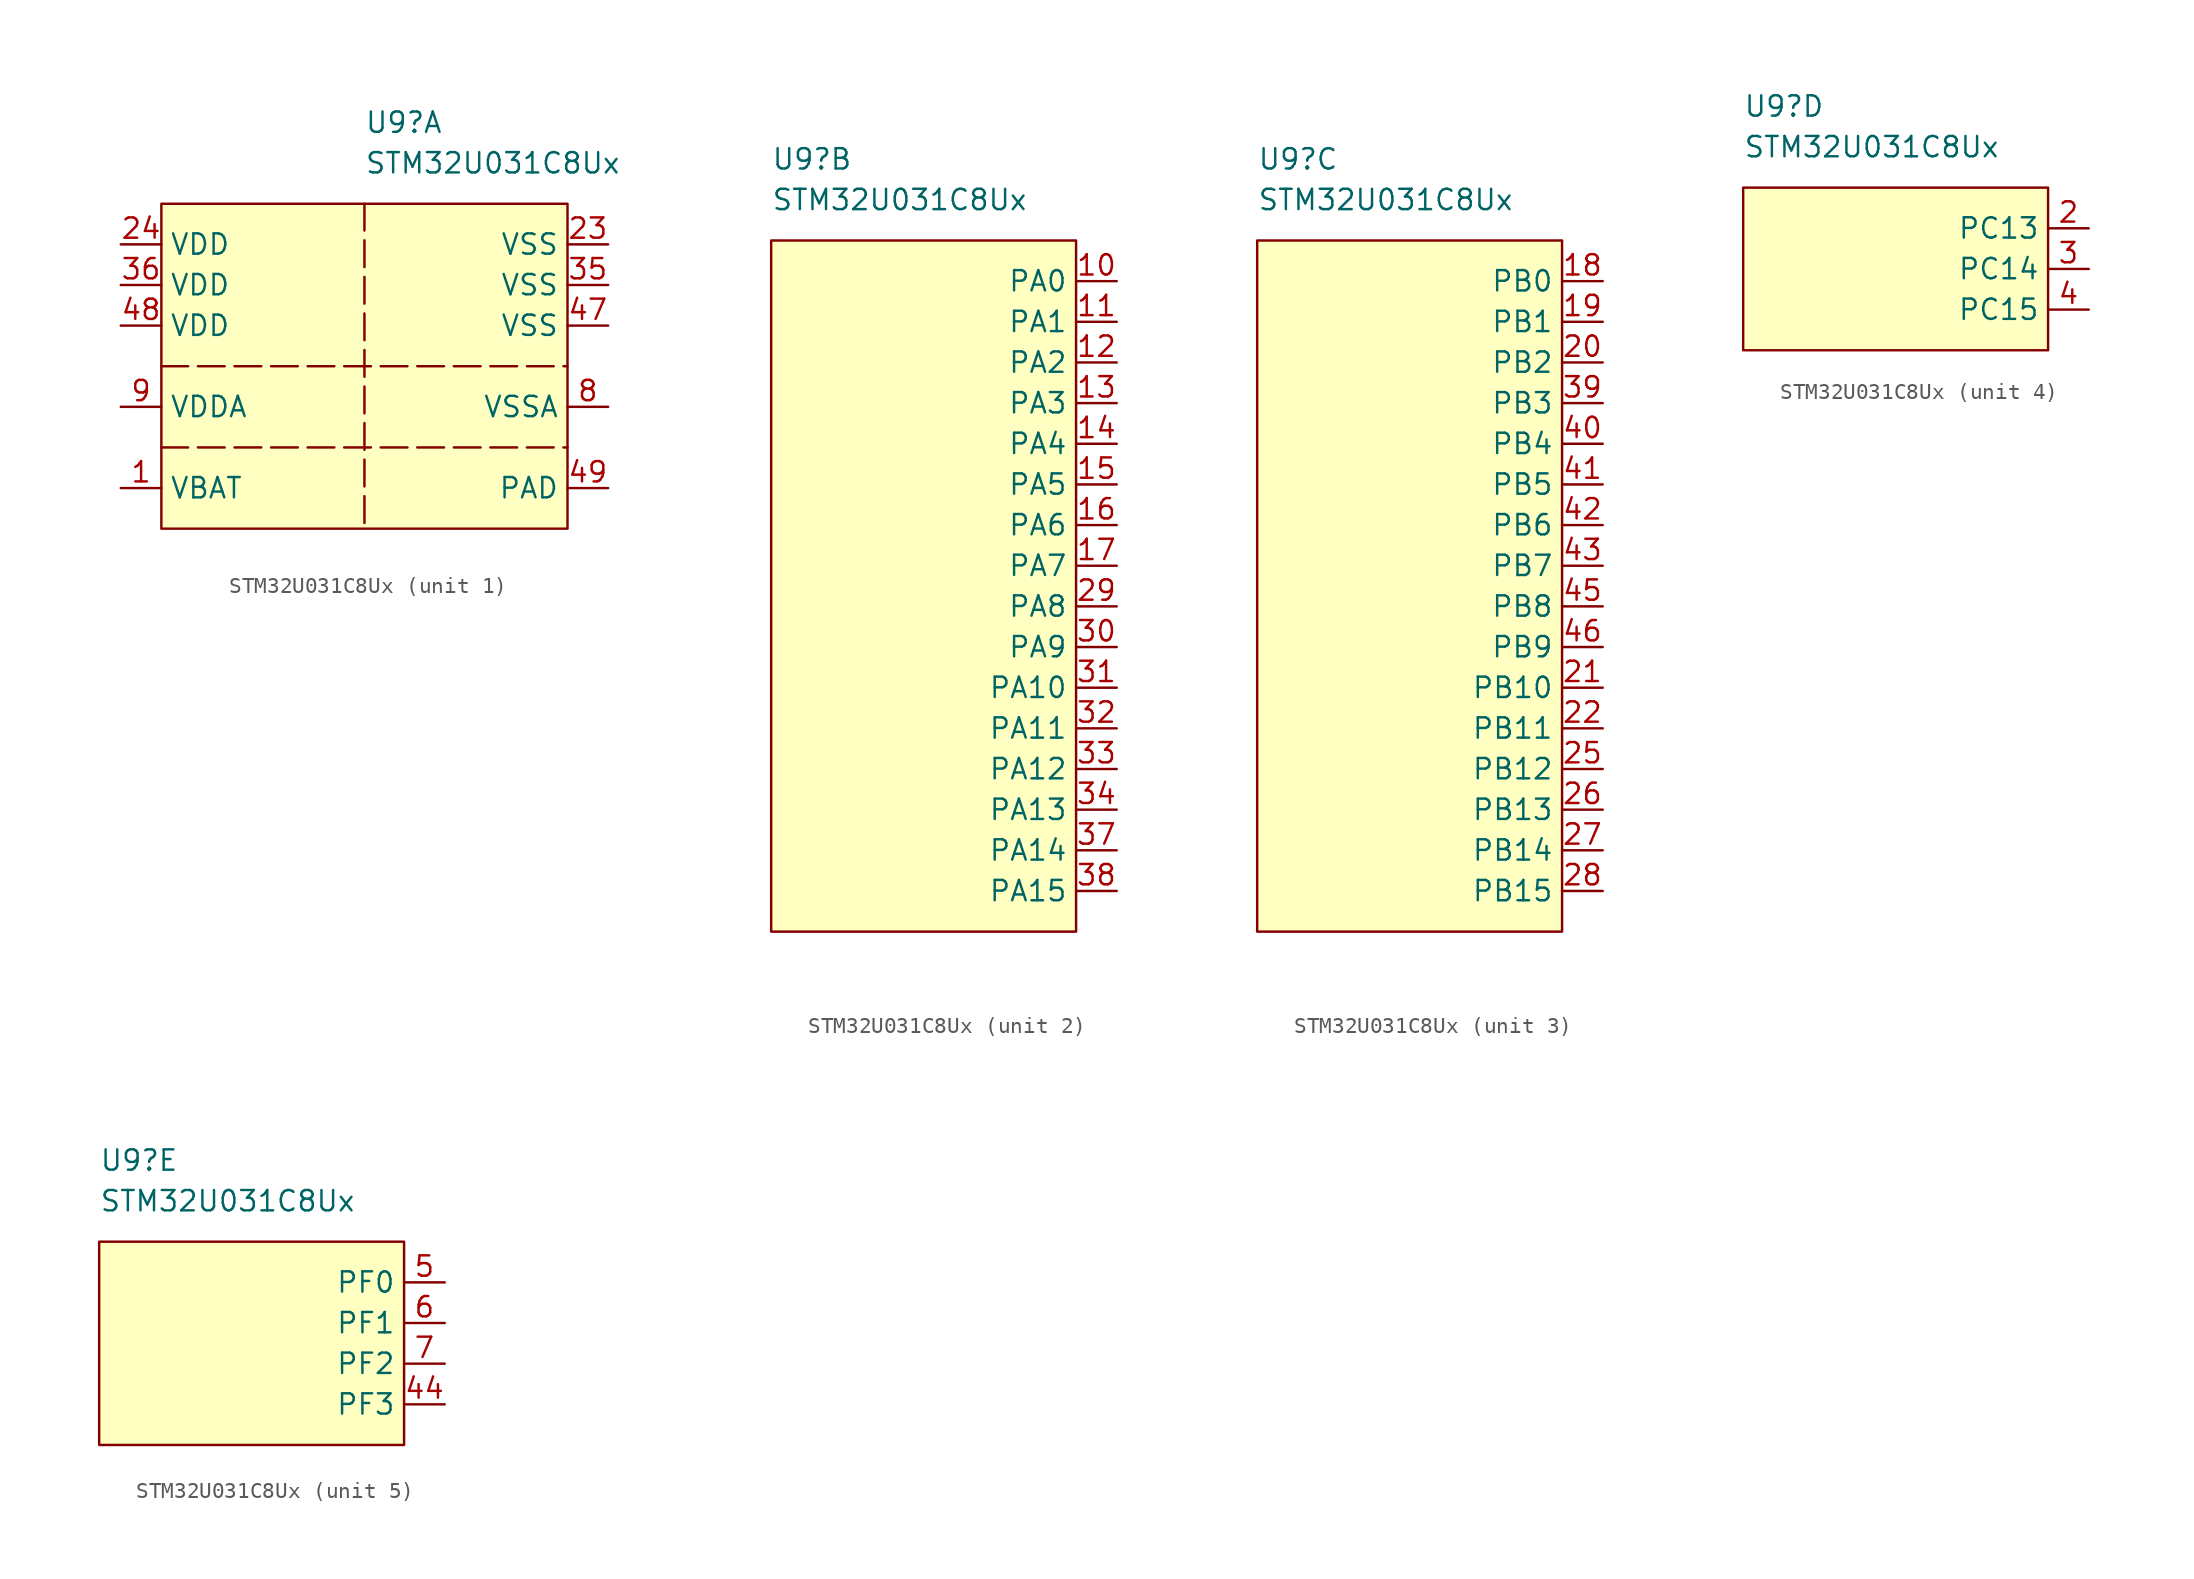
<source format=kicad_sym>
(kicad_symbol_lib
  (version 20241209)
  (generator "kicad_symbol_editor")
  (generator_version "9.0")
  (symbol "STM32U031C8Ux"
    (property "Reference" "U9"
      (at 0 5.08 0)
      (effects (font (size 1.27 1.27)) (justify left)))
    (property "Value" "STM32U031C8Ux"
      (at 0 2.54 0)
      (effects (font (size 1.27 1.27)) (justify left)))
    (property "ki_locked" ""
      (at 0 0 0)
      (effects (font (size 1.27 1.27))))
    (symbol "STM32U031C8Ux_1_1"
      (rectangle (start -12.7 0) (end 12.7 -20.32) (stroke (width 0) (type solid)) (fill (type background)))
      (polyline (pts (xy -12.7 -10.16) (xy 12.7 -10.16)) (stroke (width 0) (type dash)) (fill (type none)))
      (polyline (pts (xy -12.7 -15.24) (xy 12.7 -15.24)) (stroke (width 0) (type dash)) (fill (type none)))
      (polyline (pts (xy 0 0) (xy 0 -20.32)) (stroke (width 0) (type dash)) (fill (type none)))
      (pin power_in line (at -15.24 -2.54 0) (length 2.54) (name "VDD" (effects (font (size 1.27 1.27)))) (number "24" (effects (font (size 1.27 1.27)))))
      (pin power_in line (at -15.24 -5.08 0) (length 2.54) (name "VDD" (effects (font (size 1.27 1.27)))) (number "36" (effects (font (size 1.27 1.27)))))
      (pin power_in line (at -15.24 -7.62 0) (length 2.54) (name "VDD" (effects (font (size 1.27 1.27)))) (number "48" (effects (font (size 1.27 1.27)))))
      (pin power_in line (at -15.24 -12.7 0) (length 2.54) (name "VDDA" (effects (font (size 1.27 1.27)))) (number "9" (effects (font (size 1.27 1.27)))))
      (pin power_in line (at -15.24 -17.78 0) (length 2.54) (name "VBAT" (effects (font (size 1.27 1.27)))) (number "1" (effects (font (size 1.27 1.27)))))
      (pin power_in line (at 15.24 -2.54 180) (length 2.54) (name "VSS" (effects (font (size 1.27 1.27)))) (number "23" (effects (font (size 1.27 1.27)))))
      (pin power_in line (at 15.24 -5.08 180) (length 2.54) (name "VSS" (effects (font (size 1.27 1.27)))) (number "35" (effects (font (size 1.27 1.27)))))
      (pin power_in line (at 15.24 -7.62 180) (length 2.54) (name "VSS" (effects (font (size 1.27 1.27)))) (number "47" (effects (font (size 1.27 1.27)))))
      (pin power_in line (at 15.24 -12.7 180) (length 2.54) (name "VSSA" (effects (font (size 1.27 1.27)))) (number "8" (effects (font (size 1.27 1.27)))))
      (pin power_in line (at 15.24 -17.78 180) (length 2.54) (name "PAD" (effects (font (size 1.27 1.27)))) (number "49" (effects (font (size 1.27 1.27))))))
    (symbol "STM32U031C8Ux_2_1"
      (rectangle (start 0 0) (end 19.05 -43.18) (stroke (width 0) (type solid)) (fill (type background)))
      (pin bidirectional line (at 21.59 -2.54 180) (length 2.54) (name "PA0" (effects (font (size 1.27 1.27)))) (number "10" (effects (font (size 1.27 1.27)))) (alternate "ADC1_IN4" bidirectional line) (alternate "COMP1_INM" bidirectional line) (alternate "COMP1_OUT" bidirectional line) (alternate "OPAMP1_VINP" bidirectional line) (alternate "PWR_WKUP1" bidirectional line) (alternate "TAMP_IN2" bidirectional line) (alternate "TIM2_CH1" bidirectional line) (alternate "TIM2_ETR" bidirectional line) (alternate "USART2_CTS" bidirectional line) (alternate "USART4_TX" bidirectional line))
      (pin bidirectional line (at 21.59 -5.08 180) (length 2.54) (name "PA1" (effects (font (size 1.27 1.27)))) (number "11" (effects (font (size 1.27 1.27)))) (alternate "ADC1_IN5" bidirectional line) (alternate "COMP1_INP" bidirectional line) (alternate "LPTIM1_CH2" bidirectional line) (alternate "OPAMP1_VINM" bidirectional line) (alternate "PWR_WKUP3" bidirectional line) (alternate "SPI1_SCK" bidirectional line) (alternate "SPI2_SCK" bidirectional line) (alternate "TAMP_IN5" bidirectional line) (alternate "TIM15_CH1N" bidirectional line) (alternate "TIM2_CH2" bidirectional line) (alternate "USART2_DE" bidirectional line) (alternate "USART2_RTS" bidirectional line) (alternate "USART4_RX" bidirectional line))
      (pin bidirectional line (at 21.59 -7.62 180) (length 2.54) (name "PA2" (effects (font (size 1.27 1.27)))) (number "12" (effects (font (size 1.27 1.27)))) (alternate "ADC1_IN6" bidirectional line) (alternate "LPUART1_TX" bidirectional line) (alternate "PWR_WKUP4" bidirectional line) (alternate "RCC_LSCO" bidirectional line) (alternate "TIM15_CH1" bidirectional line) (alternate "TIM2_CH3" bidirectional line) (alternate "USART2_TX" bidirectional line))
      (pin bidirectional line (at 21.59 -10.16 180) (length 2.54) (name "PA3" (effects (font (size 1.27 1.27)))) (number "13" (effects (font (size 1.27 1.27)))) (alternate "ADC1_IN7" bidirectional line) (alternate "LPUART1_RX" bidirectional line) (alternate "OPAMP1_VOUT" bidirectional line) (alternate "TIM15_CH2" bidirectional line) (alternate "TIM2_CH4" bidirectional line) (alternate "USART2_RX" bidirectional line))
      (pin bidirectional line (at 21.59 -12.7 180) (length 2.54) (name "PA4" (effects (font (size 1.27 1.27)))) (number "14" (effects (font (size 1.27 1.27)))) (alternate "ADC1_IN8" bidirectional line) (alternate "COMP1_INM" bidirectional line) (alternate "DAC1_OUT1" bidirectional line) (alternate "LPTIM2_CH1" bidirectional line) (alternate "SPI1_NSS" bidirectional line) (alternate "USART2_CK" bidirectional line))
      (pin bidirectional line (at 21.59 -15.24 180) (length 2.54) (name "PA5" (effects (font (size 1.27 1.27)))) (number "15" (effects (font (size 1.27 1.27)))) (alternate "ADC1_IN9" bidirectional line) (alternate "COMP1_INM" bidirectional line) (alternate "LPTIM2_ETR" bidirectional line) (alternate "SPI1_SCK" bidirectional line) (alternate "TIM2_CH1" bidirectional line) (alternate "TIM2_ETR" bidirectional line) (alternate "USART3_TX" bidirectional line))
      (pin bidirectional line (at 21.59 -17.78 180) (length 2.54) (name "PA6" (effects (font (size 1.27 1.27)))) (number "16" (effects (font (size 1.27 1.27)))) (alternate "ADC1_IN10" bidirectional line) (alternate "COMP1_OUT" bidirectional line) (alternate "I2C2_SDA" bidirectional line) (alternate "I2C3_SDA" bidirectional line) (alternate "LPUART1_CTS" bidirectional line) (alternate "SPI1_MISO" bidirectional line) (alternate "TIM16_CH1" bidirectional line) (alternate "TIM1_BKIN" bidirectional line) (alternate "TIM3_CH1" bidirectional line) (alternate "TSC_G5_IO1" bidirectional line) (alternate "USART3_CTS" bidirectional line))
      (pin bidirectional line (at 21.59 -20.32 180) (length 2.54) (name "PA7" (effects (font (size 1.27 1.27)))) (number "17" (effects (font (size 1.27 1.27)))) (alternate "ADC1_IN14" bidirectional line) (alternate "I2C2_SCL" bidirectional line) (alternate "I2C3_SCL" bidirectional line) (alternate "LPTIM2_CH2" bidirectional line) (alternate "SPI1_MOSI" bidirectional line) (alternate "TIM1_CH1N" bidirectional line) (alternate "TIM3_CH2" bidirectional line) (alternate "USART3_RX" bidirectional line))
      (pin bidirectional line (at 21.59 -22.86 180) (length 2.54) (name "PA8" (effects (font (size 1.27 1.27)))) (number "29" (effects (font (size 1.27 1.27)))) (alternate "LPTIM2_CH1" bidirectional line) (alternate "RCC_MCO" bidirectional line) (alternate "RCC_MCO2" bidirectional line) (alternate "TIM1_CH1" bidirectional line) (alternate "TSC_G7_IO1" bidirectional line) (alternate "USART1_CK" bidirectional line))
      (pin bidirectional line (at 21.59 -25.4 180) (length 2.54) (name "PA9" (effects (font (size 1.27 1.27)))) (number "30" (effects (font (size 1.27 1.27)))) (alternate "COMP1_INP" bidirectional line) (alternate "DAC1_EXTI9" bidirectional line) (alternate "I2C1_SCL" bidirectional line) (alternate "I2C2_SCL" bidirectional line) (alternate "RCC_MCO" bidirectional line) (alternate "TIM15_BKIN" bidirectional line) (alternate "TIM1_CH2" bidirectional line) (alternate "TSC_G7_IO2" bidirectional line) (alternate "USART1_TX" bidirectional line))
      (pin bidirectional line (at 21.59 -27.94 180) (length 2.54) (name "PA10" (effects (font (size 1.27 1.27)))) (number "31" (effects (font (size 1.27 1.27)))) (alternate "I2C1_SDA" bidirectional line) (alternate "I2C2_SDA" bidirectional line) (alternate "RCC_MCO2" bidirectional line) (alternate "SPI2_NSS" bidirectional line) (alternate "TIM1_CH3" bidirectional line) (alternate "TSC_G7_IO3" bidirectional line) (alternate "USART1_RX" bidirectional line))
      (pin bidirectional line (at 21.59 -30.48 180) (length 2.54) (name "PA11" (effects (font (size 1.27 1.27)))) (number "32" (effects (font (size 1.27 1.27)))) (alternate "ADC1_EXTI11" bidirectional line) (alternate "COMP1_OUT" bidirectional line) (alternate "SPI1_MISO" bidirectional line) (alternate "SPI2_MISO" bidirectional line) (alternate "TIM1_BKIN2" bidirectional line) (alternate "TIM1_CH4" bidirectional line) (alternate "USART1_CTS" bidirectional line))
      (pin bidirectional line (at 21.59 -33.02 180) (length 2.54) (name "PA12" (effects (font (size 1.27 1.27)))) (number "33" (effects (font (size 1.27 1.27)))) (alternate "SPI1_MOSI" bidirectional line) (alternate "SPI2_MOSI" bidirectional line) (alternate "TIM1_ETR" bidirectional line) (alternate "USART1_DE" bidirectional line) (alternate "USART1_RTS" bidirectional line))
      (pin bidirectional line (at 21.59 -35.56 180) (length 2.54) (name "PA13" (effects (font (size 1.27 1.27)))) (number "34" (effects (font (size 1.27 1.27)))) (alternate "DEBUG_JTMS-SWDIO" bidirectional line) (alternate "IR_OUT" bidirectional line) (alternate "TSC_G7_IO4" bidirectional line))
      (pin bidirectional line (at 21.59 -38.1 180) (length 2.54) (name "PA14" (effects (font (size 1.27 1.27)))) (number "37" (effects (font (size 1.27 1.27)))) (alternate "DEBUG_JTCK-SWCLK" bidirectional line) (alternate "LPTIM1_CH1" bidirectional line) (alternate "TSC_G3_IO4" bidirectional line))
      (pin bidirectional line (at 21.59 -40.64 180) (length 2.54) (name "PA15" (effects (font (size 1.27 1.27)))) (number "38" (effects (font (size 1.27 1.27)))) (alternate "DEBUG_JTDI" bidirectional line) (alternate "SPI1_NSS" bidirectional line) (alternate "TIM2_CH1" bidirectional line) (alternate "TIM2_ETR" bidirectional line) (alternate "TSC_G3_IO1" bidirectional line) (alternate "USART2_RX" bidirectional line) (alternate "USART3_DE" bidirectional line) (alternate "USART3_RTS" bidirectional line) (alternate "USART4_DE" bidirectional line) (alternate "USART4_RTS" bidirectional line)))
    (symbol "STM32U031C8Ux_3_1"
      (rectangle (start 0 0) (end 19.05 -43.18) (stroke (width 0) (type solid)) (fill (type background)))
      (pin bidirectional line (at 21.59 -2.54 180) (length 2.54) (name "PB0" (effects (font (size 1.27 1.27)))) (number "18" (effects (font (size 1.27 1.27)))) (alternate "ADC1_IN17" bidirectional line) (alternate "COMP1_OUT" bidirectional line) (alternate "LPUART2_CTS" bidirectional line) (alternate "SPI1_NSS" bidirectional line) (alternate "TIM1_CH2N" bidirectional line) (alternate "TIM3_CH3" bidirectional line) (alternate "TSC_G5_IO2" bidirectional line) (alternate "USART3_CK" bidirectional line))
      (pin bidirectional line (at 21.59 -5.08 180) (length 2.54) (name "PB1" (effects (font (size 1.27 1.27)))) (number "19" (effects (font (size 1.27 1.27)))) (alternate "ADC1_IN18" bidirectional line) (alternate "COMP1_INM" bidirectional line) (alternate "LPTIM2_IN1" bidirectional line) (alternate "LPUART1_DE" bidirectional line) (alternate "LPUART1_RTS" bidirectional line) (alternate "LPUART2_DE" bidirectional line) (alternate "LPUART2_RTS" bidirectional line) (alternate "TIM1_CH3N" bidirectional line) (alternate "TIM3_CH4" bidirectional line) (alternate "TSC_SYNC" bidirectional line) (alternate "USART3_DE" bidirectional line) (alternate "USART3_RTS" bidirectional line))
      (pin bidirectional line (at 21.59 -7.62 180) (length 2.54) (name "PB2" (effects (font (size 1.27 1.27)))) (number "20" (effects (font (size 1.27 1.27)))) (alternate "COMP1_INP" bidirectional line) (alternate "LPTIM1_CH1" bidirectional line) (alternate "RTC_OUT2" bidirectional line))
      (pin bidirectional line (at 21.59 -10.16 180) (length 2.54) (name "PB3" (effects (font (size 1.27 1.27)))) (number "39" (effects (font (size 1.27 1.27)))) (alternate "DEBUG_JTDO-SWO" bidirectional line) (alternate "I2C2_SCL" bidirectional line) (alternate "I2C3_SCL" bidirectional line) (alternate "LPTIM1_CH3" bidirectional line) (alternate "SPI1_SCK" bidirectional line) (alternate "TIM2_CH2" bidirectional line) (alternate "USART1_DE" bidirectional line) (alternate "USART1_RTS" bidirectional line))
      (pin bidirectional line (at 21.59 -12.7 180) (length 2.54) (name "PB4" (effects (font (size 1.27 1.27)))) (number "40" (effects (font (size 1.27 1.27)))) (alternate "I2C2_SDA" bidirectional line) (alternate "I2C3_SDA" bidirectional line) (alternate "LPTIM1_CH4" bidirectional line) (alternate "SPI1_MISO" bidirectional line) (alternate "TIM3_CH1" bidirectional line) (alternate "TSC_G2_IO1" bidirectional line) (alternate "USART1_CTS" bidirectional line))
      (pin bidirectional line (at 21.59 -15.24 180) (length 2.54) (name "PB5" (effects (font (size 1.27 1.27)))) (number "41" (effects (font (size 1.27 1.27)))) (alternate "LPTIM1_IN1" bidirectional line) (alternate "SPI1_MOSI" bidirectional line) (alternate "TIM16_BKIN" bidirectional line) (alternate "TIM3_CH2" bidirectional line) (alternate "TSC_G2_IO2" bidirectional line) (alternate "USART1_CK" bidirectional line))
      (pin bidirectional line (at 21.59 -17.78 180) (length 2.54) (name "PB6" (effects (font (size 1.27 1.27)))) (number "42" (effects (font (size 1.27 1.27)))) (alternate "I2C1_SCL" bidirectional line) (alternate "I2C2_SCL" bidirectional line) (alternate "LPTIM1_ETR" bidirectional line) (alternate "LPUART2_TX" bidirectional line) (alternate "TIM16_CH1N" bidirectional line) (alternate "TSC_G2_IO3" bidirectional line) (alternate "USART1_TX" bidirectional line))
      (pin bidirectional line (at 21.59 -20.32 180) (length 2.54) (name "PB7" (effects (font (size 1.27 1.27)))) (number "43" (effects (font (size 1.27 1.27)))) (alternate "I2C1_SDA" bidirectional line) (alternate "I2C2_SDA" bidirectional line) (alternate "LPTIM1_IN2" bidirectional line) (alternate "LPUART2_RX" bidirectional line) (alternate "TSC_G2_IO4" bidirectional line) (alternate "USART1_RX" bidirectional line) (alternate "USART4_CTS" bidirectional line))
      (pin bidirectional line (at 21.59 -22.86 180) (length 2.54) (name "PB8" (effects (font (size 1.27 1.27)))) (number "45" (effects (font (size 1.27 1.27)))) (alternate "I2C1_SCL" bidirectional line) (alternate "I2C2_SCL" bidirectional line) (alternate "LPTIM1_IN2" bidirectional line) (alternate "TIM16_CH1" bidirectional line) (alternate "USART3_TX" bidirectional line))
      (pin bidirectional line (at 21.59 -25.4 180) (length 2.54) (name "PB9" (effects (font (size 1.27 1.27)))) (number "46" (effects (font (size 1.27 1.27)))) (alternate "DAC1_EXTI9" bidirectional line) (alternate "I2C1_SDA" bidirectional line) (alternate "I2C2_SDA" bidirectional line) (alternate "IR_OUT" bidirectional line) (alternate "LPTIM1_CH4" bidirectional line) (alternate "SPI2_NSS" bidirectional line) (alternate "USART3_RX" bidirectional line))
      (pin bidirectional line (at 21.59 -27.94 180) (length 2.54) (name "PB10" (effects (font (size 1.27 1.27)))) (number "21" (effects (font (size 1.27 1.27)))) (alternate "COMP1_OUT" bidirectional line) (alternate "I2C2_SCL" bidirectional line) (alternate "LPUART1_RX" bidirectional line) (alternate "LPUART2_RX" bidirectional line) (alternate "SPI2_SCK" bidirectional line) (alternate "TIM2_CH3" bidirectional line) (alternate "TSC_G5_IO3" bidirectional line) (alternate "USART3_TX" bidirectional line))
      (pin bidirectional line (at 21.59 -30.48 180) (length 2.54) (name "PB11" (effects (font (size 1.27 1.27)))) (number "22" (effects (font (size 1.27 1.27)))) (alternate "ADC1_EXTI11" bidirectional line) (alternate "I2C2_SDA" bidirectional line) (alternate "LPUART1_TX" bidirectional line) (alternate "LPUART2_TX" bidirectional line) (alternate "TIM2_CH4" bidirectional line) (alternate "TSC_G5_IO4" bidirectional line) (alternate "USART3_RX" bidirectional line))
      (pin bidirectional line (at 21.59 -33.02 180) (length 2.54) (name "PB12" (effects (font (size 1.27 1.27)))) (number "25" (effects (font (size 1.27 1.27)))) (alternate "LPUART1_DE" bidirectional line) (alternate "LPUART1_RTS" bidirectional line) (alternate "SPI2_NSS" bidirectional line) (alternate "TIM15_BKIN" bidirectional line) (alternate "TIM1_BKIN" bidirectional line) (alternate "TSC_G1_IO1" bidirectional line) (alternate "USART3_CK" bidirectional line))
      (pin bidirectional line (at 21.59 -35.56 180) (length 2.54) (name "PB13" (effects (font (size 1.27 1.27)))) (number "26" (effects (font (size 1.27 1.27)))) (alternate "I2C2_SCL" bidirectional line) (alternate "LPUART1_CTS" bidirectional line) (alternate "SPI2_SCK" bidirectional line) (alternate "TIM15_CH1N" bidirectional line) (alternate "TIM1_CH1N" bidirectional line) (alternate "TSC_G1_IO2" bidirectional line) (alternate "USART3_CTS" bidirectional line))
      (pin bidirectional line (at 21.59 -38.1 180) (length 2.54) (name "PB14" (effects (font (size 1.27 1.27)))) (number "27" (effects (font (size 1.27 1.27)))) (alternate "I2C2_SDA" bidirectional line) (alternate "SPI2_MISO" bidirectional line) (alternate "TIM15_CH1" bidirectional line) (alternate "TIM1_CH2N" bidirectional line) (alternate "TSC_G1_IO3" bidirectional line) (alternate "USART3_DE" bidirectional line) (alternate "USART3_RTS" bidirectional line))
      (pin bidirectional line (at 21.59 -40.64 180) (length 2.54) (name "PB15" (effects (font (size 1.27 1.27)))) (number "28" (effects (font (size 1.27 1.27)))) (alternate "PWR_WKUP7" bidirectional line) (alternate "RTC_REFIN" bidirectional line) (alternate "SPI2_MOSI" bidirectional line) (alternate "TAMP_IN3" bidirectional line) (alternate "TIM15_CH2" bidirectional line) (alternate "TIM1_CH3N" bidirectional line) (alternate "TSC_G1_IO4" bidirectional line)))
    (symbol "STM32U031C8Ux_4_1"
      (rectangle (start 0 0) (end 19.05 -10.16) (stroke (width 0) (type solid)) (fill (type background)))
      (pin bidirectional line (at 21.59 -2.54 180) (length 2.54) (name "PC13" (effects (font (size 1.27 1.27)))) (number "2" (effects (font (size 1.27 1.27)))) (alternate "LPTIM1_CH3" bidirectional line) (alternate "PWR_WKUP2" bidirectional line) (alternate "RTC_OUT1" bidirectional line) (alternate "RTC_TS" bidirectional line) (alternate "TAMP_IN1" bidirectional line))
      (pin bidirectional line (at 21.59 -5.08 180) (length 2.54) (name "PC14" (effects (font (size 1.27 1.27)))) (number "3" (effects (font (size 1.27 1.27)))) (alternate "RCC_OSC32_IN" bidirectional line))
      (pin bidirectional line (at 21.59 -7.62 180) (length 2.54) (name "PC15" (effects (font (size 1.27 1.27)))) (number "4" (effects (font (size 1.27 1.27)))) (alternate "RCC_OSC32_EN" bidirectional line) (alternate "RCC_OSC32_OUT" bidirectional line) (alternate "RCC_OSC_EN" bidirectional line)))
    (symbol "STM32U031C8Ux_5_1"
      (rectangle (start 0 0) (end 19.05 -12.7) (stroke (width 0) (type solid)) (fill (type background)))
      (pin bidirectional line (at 21.59 -2.54 180) (length 2.54) (name "PF0" (effects (font (size 1.27 1.27)))) (number "5" (effects (font (size 1.27 1.27)))) (alternate "RCC_OSC_IN" bidirectional line))
      (pin bidirectional line (at 21.59 -5.08 180) (length 2.54) (name "PF1" (effects (font (size 1.27 1.27)))) (number "6" (effects (font (size 1.27 1.27)))) (alternate "RCC_OSC_EN" bidirectional line) (alternate "RCC_OSC_OUT" bidirectional line))
      (pin bidirectional line (at 21.59 -7.62 180) (length 2.54) (name "PF2" (effects (font (size 1.27 1.27)))) (number "7" (effects (font (size 1.27 1.27)))) (alternate "RCC_MCO" bidirectional line))
      (pin bidirectional line (at 21.59 -10.16 180) (length 2.54) (name "PF3" (effects (font (size 1.27 1.27)))) (number "44" (effects (font (size 1.27 1.27))))))))
</source>
